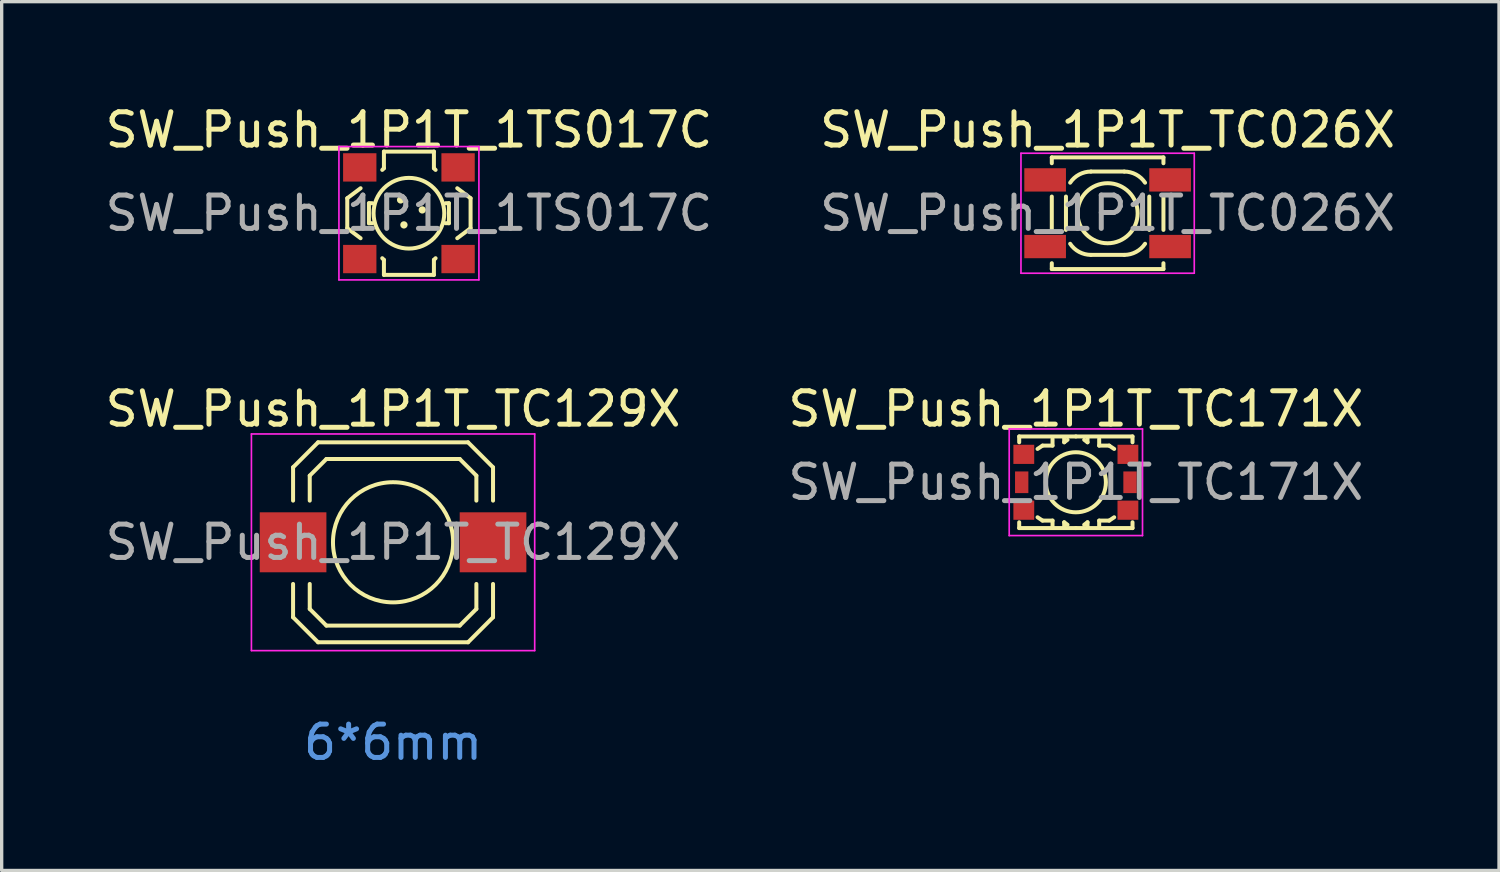
<source format=kicad_pcb>
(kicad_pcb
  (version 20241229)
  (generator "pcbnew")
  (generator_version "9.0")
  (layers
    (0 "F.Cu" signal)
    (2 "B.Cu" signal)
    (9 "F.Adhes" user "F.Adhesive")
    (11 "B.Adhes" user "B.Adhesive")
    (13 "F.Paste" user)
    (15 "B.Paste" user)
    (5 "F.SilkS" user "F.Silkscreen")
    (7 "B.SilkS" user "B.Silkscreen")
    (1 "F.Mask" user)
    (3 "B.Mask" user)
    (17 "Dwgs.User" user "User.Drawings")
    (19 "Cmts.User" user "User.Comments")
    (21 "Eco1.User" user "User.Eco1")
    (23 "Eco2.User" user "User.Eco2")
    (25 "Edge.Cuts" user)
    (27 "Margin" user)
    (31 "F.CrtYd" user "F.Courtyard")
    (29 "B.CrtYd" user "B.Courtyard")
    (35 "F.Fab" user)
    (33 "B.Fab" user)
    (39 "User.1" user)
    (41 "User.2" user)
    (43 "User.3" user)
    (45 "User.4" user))
  (footprint "SW_Push_1P1T_TC129X"
    (layer "F.Cu")
    (at 8.744 13.222)
    (property "Reference" "SW_Push_1P1T_TC129X" (at 0 -4 0) (unlocked yes) (layer "F.SilkS") (effects (font (size 1 1) (thickness 0.15))))
    (attr smd)
    (fp_line (start -3 -2.25) (end -3 -1.25) (stroke (width 0.12) (type solid)) (layer "F.SilkS"))
    (fp_line (start -3 2.25) (end -3 1.25) (stroke (width 0.12) (type solid)) (layer "F.SilkS"))
    (fp_line (start -3 2.25) (end -2.25 3) (stroke (width 0.12) (type solid)) (layer "F.SilkS"))
    (fp_line (start -2.5 -2) (end -2.5 -1.25) (stroke (width 0.12) (type solid)) (layer "F.SilkS"))
    (fp_line (start -2.5 1.25) (end -2.5 2) (stroke (width 0.12) (type solid)) (layer "F.SilkS"))
    (fp_line (start -2.5 2) (end -2 2.5) (stroke (width 0.12) (type solid)) (layer "F.SilkS"))
    (fp_line (start -2.25 -3) (end -3 -2.25) (stroke (width 0.12) (type solid)) (layer "F.SilkS"))
    (fp_line (start -2 -2.5) (end -2.5 -2) (stroke (width 0.12) (type solid)) (layer "F.SilkS"))
    (fp_line (start -2 -2.5) (end 2 -2.5) (stroke (width 0.12) (type solid)) (layer "F.SilkS"))
    (fp_line (start -2 2.5) (end 2 2.5) (stroke (width 0.12) (type solid)) (layer "F.SilkS"))
    (fp_line (start 2 -2.5) (end 2.5 -2) (stroke (width 0.12) (type solid)) (layer "F.SilkS"))
    (fp_line (start 2 2.5) (end 2.5 2) (stroke (width 0.12) (type solid)) (layer "F.SilkS"))
    (fp_line (start 2.25 -3) (end -2.25 -3) (stroke (width 0.12) (type solid)) (layer "F.SilkS"))
    (fp_line (start 2.25 -3) (end 3 -2.25) (stroke (width 0.12) (type solid)) (layer "F.SilkS"))
    (fp_line (start 2.25 3) (end -2.25 3) (stroke (width 0.12) (type solid)) (layer "F.SilkS"))
    (fp_line (start 2.5 -2) (end 2.5 -1.25) (stroke (width 0.12) (type solid)) (layer "F.SilkS"))
    (fp_line (start 2.5 2) (end 2.5 1.25) (stroke (width 0.12) (type solid)) (layer "F.SilkS"))
    (fp_line (start 3 -2.25) (end 3 -1.25) (stroke (width 0.12) (type solid)) (layer "F.SilkS"))
    (fp_line (start 3 2.25) (end 2.25 3) (stroke (width 0.12) (type solid)) (layer "F.SilkS"))
    (fp_line (start 3 2.25) (end 3 1.25) (stroke (width 0.12) (type solid)) (layer "F.SilkS"))
    (fp_circle (center 0 0) (end 1.5 1) (stroke (width 0.12) (type solid)) (fill no) (layer "F.SilkS"))
    (fp_line (start -4.25 -3.25) (end 4.25 -3.25) (stroke (width 0.05) (type solid)) (layer "F.CrtYd"))
    (fp_line (start -4.25 3.25) (end -4.25 -3.25) (stroke (width 0.05) (type solid)) (layer "F.CrtYd"))
    (fp_line (start 4.25 -3.25) (end 4.25 3.25) (stroke (width 0.05) (type solid)) (layer "F.CrtYd"))
    (fp_line (start 4.25 3.25) (end -4.25 3.25) (stroke (width 0.05) (type solid)) (layer "F.CrtYd"))
    (fp_text user "6*6mm" (at 0 6 0) (unlocked yes) (layer "Cmts.User") (effects (font (size 1 1) (thickness 0.15))))
    (fp_text user "${REFERENCE}" (at 0 0 0) (unlocked yes) (layer "F.Fab") (effects (font (size 1 1) (thickness 0.15))))
    (pad "1" smd rect (at -3 0) (size 2 1.8) (layers "F.Cu" "F.Mask" "F.Paste"))
    (pad "2" smd rect (at 3 0) (size 2 1.8) (layers "F.Cu" "F.Mask" "F.Paste")))
  (footprint "SW_Push_1P1T_1TS017C"
    (layer "F.Cu")
    (at 9.22 3.348)
    (property "Reference" "SW_Push_1P1T_1TS017C" (at 0 -2.5 0) (unlocked yes) (layer "F.SilkS") (effects (font (size 1 1) (thickness 0.15))))
    (attr smd)
    (fp_line (start -1.85 -0.45) (end -1.45 -0.75) (stroke (width 0.12) (type solid)) (layer "F.SilkS"))
    (fp_line (start -1.85 0.45) (end -1.85 -0.45) (stroke (width 0.12) (type solid)) (layer "F.SilkS"))
    (fp_line (start -1.85 0.45) (end -1.45 0.75) (stroke (width 0.12) (type solid)) (layer "F.SilkS"))
    (fp_line (start -1.2 -0.3) (end -1.2 0.3) (stroke (width 0.12) (type solid)) (layer "F.SilkS"))
    (fp_line (start -1.2 0.3) (end -1.1 0.3) (stroke (width 0.12) (type solid)) (layer "F.SilkS"))
    (fp_line (start -1.1 -0.3) (end -1.2 -0.3) (stroke (width 0.12) (type solid)) (layer "F.SilkS"))
    (fp_line (start -0.75 -1.85) (end -0.75 -1.35) (stroke (width 0.12) (type solid)) (layer "F.SilkS"))
    (fp_line (start -0.75 -1.85) (end 0.75 -1.85) (stroke (width 0.12) (type solid)) (layer "F.SilkS"))
    (fp_line (start -0.75 -1.35) (end -0.8 -1.3) (stroke (width 0.12) (type solid)) (layer "F.SilkS"))
    (fp_line (start -0.75 1.4) (end -0.8 1.35) (stroke (width 0.12) (type solid)) (layer "F.SilkS"))
    (fp_line (start -0.75 1.85) (end -0.75 1.4) (stroke (width 0.12) (type solid)) (layer "F.SilkS"))
    (fp_line (start -0.75 1.85) (end 0.75 1.85) (stroke (width 0.12) (type solid)) (layer "F.SilkS"))
    (fp_line (start 0.75 -1.85) (end 0.75 -1.35) (stroke (width 0.12) (type solid)) (layer "F.SilkS"))
    (fp_line (start 0.75 -1.35) (end 0.8 -1.3) (stroke (width 0.12) (type solid)) (layer "F.SilkS"))
    (fp_line (start 0.75 1.4) (end 0.8 1.35) (stroke (width 0.12) (type solid)) (layer "F.SilkS"))
    (fp_line (start 0.75 1.85) (end 0.75 1.4) (stroke (width 0.12) (type solid)) (layer "F.SilkS"))
    (fp_line (start 1.1 0.3) (end 1.2 0.3) (stroke (width 0.12) (type solid)) (layer "F.SilkS"))
    (fp_line (start 1.2 -0.3) (end 1.1 -0.3) (stroke (width 0.12) (type solid)) (layer "F.SilkS"))
    (fp_line (start 1.2 0.3) (end 1.2 -0.3) (stroke (width 0.12) (type solid)) (layer "F.SilkS"))
    (fp_line (start 1.45 -0.75) (end 1.85 -0.45) (stroke (width 0.12) (type solid)) (layer "F.SilkS"))
    (fp_line (start 1.85 0.45) (end 1.45 0.75) (stroke (width 0.12) (type solid)) (layer "F.SilkS"))
    (fp_line (start 1.85 0.45) (end 1.85 -0.45) (stroke (width 0.12) (type solid)) (layer "F.SilkS"))
    (fp_circle (center -0.25 -0.4) (end -0.2 -0.4) (stroke (width 0.12) (type solid)) (fill yes) (layer "F.SilkS"))
    (fp_circle (center -0.15 0.35) (end -0.1 0.35) (stroke (width 0.12) (type solid)) (fill yes) (layer "F.SilkS"))
    (fp_circle (center 0 0) (end 0.75 0.75) (stroke (width 0.12) (type solid)) (fill no) (layer "F.SilkS"))
    (fp_circle (center 0.4 -0.1) (end 0.45 -0.1) (stroke (width 0.12) (type solid)) (fill yes) (layer "F.SilkS"))
    (fp_line (start -2.1 -2) (end 2.1 -2) (stroke (width 0.05) (type solid)) (layer "F.CrtYd"))
    (fp_line (start -2.1 2) (end -2.1 -2) (stroke (width 0.05) (type solid)) (layer "F.CrtYd"))
    (fp_line (start 2.1 -2) (end 2.1 2) (stroke (width 0.05) (type solid)) (layer "F.CrtYd"))
    (fp_line (start 2.1 2) (end -2.1 2) (stroke (width 0.05) (type solid)) (layer "F.CrtYd"))
    (fp_text user "${REFERENCE}" (at 0 0 0) (unlocked yes) (layer "F.Fab") (effects (font (size 1 1) (thickness 0.15))))
    (pad "1" smd rect (at -1.475 -1.375) (size 1 0.85) (layers "F.Cu" "F.Mask" "F.Paste"))
    (pad "1" smd rect (at 1.475 -1.375) (size 1 0.85) (layers "F.Cu" "F.Mask" "F.Paste"))
    (pad "2" smd rect (at -1.475 1.375) (size 1 0.85) (layers "F.Cu" "F.Mask" "F.Paste"))
    (pad "2" smd rect (at 1.475 1.375) (size 1 0.85) (layers "F.Cu" "F.Mask" "F.Paste")))
  (footprint "SW_Push_1P1T_TC026X"
    (layer "F.Cu")
    (at 30.185 3.348)
    (property "Reference" "SW_Push_1P1T_TC026X" (at 0 -2.5 0) (unlocked yes) (layer "F.SilkS") (effects (font (size 1 1) (thickness 0.15))))
    (attr smd)
    (fp_line (start -1.675 -1.675) (end -1.675 -1.5) (stroke (width 0.12) (type solid)) (layer "F.SilkS"))
    (fp_line (start -1.675 -1.675) (end 1.675 -1.675) (stroke (width 0.12) (type solid)) (layer "F.SilkS"))
    (fp_line (start -1.675 -0.5) (end -1.675 0.5) (stroke (width 0.12) (type solid)) (layer "F.SilkS"))
    (fp_line (start -1.675 1.675) (end -1.675 1.5) (stroke (width 0.12) (type solid)) (layer "F.SilkS"))
    (fp_line (start -1.675 1.675) (end 1.675 1.675) (stroke (width 0.12) (type solid)) (layer "F.SilkS"))
    (fp_line (start -1.25 -0.5) (end -1.25 0.5) (stroke (width 0.12) (type solid)) (layer "F.SilkS"))
    (fp_line (start -0.5 1.25) (end 0.5 1.25) (stroke (width 0.12) (type solid)) (layer "F.SilkS"))
    (fp_line (start -0.5 -1.25) (end 0.5 -1.25) (stroke (width 0.12) (type solid)) (layer "F.SilkS"))
    (fp_line (start 1.25 -0.5) (end 1.25 0.5) (stroke (width 0.12) (type solid)) (layer "F.SilkS"))
    (fp_line (start 1.675 -1.675) (end 1.675 -1.5) (stroke (width 0.12) (type solid)) (layer "F.SilkS"))
    (fp_line (start 1.675 -0.5) (end 1.675 0.5) (stroke (width 0.12) (type solid)) (layer "F.SilkS"))
    (fp_line (start 1.675 1.675) (end 1.675 1.5) (stroke (width 0.12) (type solid)) (layer "F.SilkS"))
    (fp_arc (start -1.124037 -0.916023) (mid -0.853893 -1.161254) (end -0.499999 -1.249998) (stroke (width 0.12) (type solid)) (layer "F.SilkS"))
    (fp_arc (start -0.5 1.25) (mid -0.853894 1.161256) (end -1.124038 0.916025) (stroke (width 0.12) (type solid)) (layer "F.SilkS"))
    (fp_arc (start 0.5 -1.25) (mid 0.853894 -1.161256) (end 1.124038 -0.916025) (stroke (width 0.12) (type solid)) (layer "F.SilkS"))
    (fp_arc (start 1.124038 0.916025) (mid 0.853894 1.161256) (end 0.5 1.25) (stroke (width 0.12) (type solid)) (layer "F.SilkS"))
    (fp_circle (center 0 0) (end 0.5 0.75) (stroke (width 0.12) (type solid)) (fill no) (layer "F.SilkS"))
    (fp_line (start -2.6 -1.8) (end 2.6 -1.8) (stroke (width 0.05) (type solid)) (layer "F.CrtYd"))
    (fp_line (start -2.6 1.8) (end -2.6 -1.8) (stroke (width 0.05) (type solid)) (layer "F.CrtYd"))
    (fp_line (start 2.6 -1.8) (end 2.6 1.8) (stroke (width 0.05) (type solid)) (layer "F.CrtYd"))
    (fp_line (start 2.6 1.8) (end -2.6 1.8) (stroke (width 0.05) (type solid)) (layer "F.CrtYd"))
    (fp_text user "${REFERENCE}" (at 0 0 0) (unlocked yes) (layer "F.Fab") (effects (font (size 1 1) (thickness 0.15))))
    (pad "1" smd rect (at -1.875 -1) (size 1.25 0.7) (layers "F.Cu" "F.Mask" "F.Paste"))
    (pad "1" smd rect (at 1.875 -1) (size 1.25 0.7) (layers "F.Cu" "F.Mask" "F.Paste"))
    (pad "2" smd rect (at -1.875 1) (size 1.25 0.7) (layers "F.Cu" "F.Mask" "F.Paste"))
    (pad "2" smd rect (at 1.875 1) (size 1.25 0.7) (layers "F.Cu" "F.Mask" "F.Paste"))
    (zone (net_name "") (layer "F.Cu") (hatch edge 0.508) (connect_pads) (min_thickness 0.254) (filled_areas_thickness no) (keepout (tracks not_allowed) (vias not_allowed) (pads not_allowed) (copperpour allowed) (footprints allowed)) (placement (enabled no)) (fill) (polygon (pts (xy 29.185 3.848) (xy 28.51 3.848) (xy 28.51 2.848) (xy 29.185 2.848))))
    (zone (net_name "") (layer "F.Cu") (hatch edge 0.508) (connect_pads) (min_thickness 0.254) (filled_areas_thickness no) (keepout (tracks not_allowed) (vias not_allowed) (pads not_allowed) (copperpour allowed) (footprints allowed)) (placement (enabled no)) (fill) (polygon (pts (xy 31.86 3.848) (xy 31.185 3.848) (xy 31.185 2.848) (xy 31.86 2.848)))))
  (footprint "SW_Push_1P1T_TC171X"
    (layer "F.Cu")
    (at 29.232 11.421)
    (property "Reference" "SW_Push_1P1T_TC171X" (at 0 -2.2 0) (unlocked yes) (layer "F.SilkS") (effects (font (size 1 1) (thickness 0.15))))
    (attr smd)
    (fp_line (start -1.7 -1.375) (end -1.7 -1.2) (stroke (width 0.12) (type solid)) (layer "F.SilkS"))
    (fp_line (start -1.7 1.375) (end -1.7 1.2) (stroke (width 0.12) (type solid)) (layer "F.SilkS"))
    (fp_line (start -1.15 -1) (end -1 -1.1) (stroke (width 0.12) (type solid)) (layer "F.SilkS"))
    (fp_line (start -1.15 1.05) (end -1 1.15) (stroke (width 0.12) (type solid)) (layer "F.SilkS"))
    (fp_line (start -1 -1.1) (end -0.7 -1.1) (stroke (width 0.12) (type solid)) (layer "F.SilkS"))
    (fp_line (start -1 1.15) (end -0.7 1.15) (stroke (width 0.12) (type solid)) (layer "F.SilkS"))
    (fp_line (start -0.7 -1.1) (end -0.7 -1.3) (stroke (width 0.12) (type solid)) (layer "F.SilkS"))
    (fp_line (start -0.7 1.15) (end -0.7 1.35) (stroke (width 0.12) (type solid)) (layer "F.SilkS"))
    (fp_line (start -0.35 -1.35) (end -0.35 -1.2) (stroke (width 0.12) (type solid)) (layer "F.SilkS"))
    (fp_line (start -0.35 -1.2) (end -0.25 -1.275) (stroke (width 0.12) (type solid)) (layer "F.SilkS"))
    (fp_line (start -0.35 1.2) (end -0.25 1.275) (stroke (width 0.12) (type solid)) (layer "F.SilkS"))
    (fp_line (start -0.35 1.35) (end -0.35 1.2) (stroke (width 0.12) (type solid)) (layer "F.SilkS"))
    (fp_line (start 0 -1.375) (end -1.7 -1.375) (stroke (width 0.12) (type solid)) (layer "F.SilkS"))
    (fp_line (start 0 1.375) (end -1.7 1.375) (stroke (width 0.12) (type solid)) (layer "F.SilkS"))
    (fp_line (start 0.35 -1.35) (end 0.35 -1.2) (stroke (width 0.12) (type solid)) (layer "F.SilkS"))
    (fp_line (start 0.35 -1.2) (end 0.25 -1.275) (stroke (width 0.12) (type solid)) (layer "F.SilkS"))
    (fp_line (start 0.35 1.2) (end 0.25 1.275) (stroke (width 0.12) (type solid)) (layer "F.SilkS"))
    (fp_line (start 0.35 1.35) (end 0.35 1.2) (stroke (width 0.12) (type solid)) (layer "F.SilkS"))
    (fp_line (start 0.7 -1.1) (end 0.7 -1.3) (stroke (width 0.12) (type solid)) (layer "F.SilkS"))
    (fp_line (start 0.7 1.15) (end 0.7 1.35) (stroke (width 0.12) (type solid)) (layer "F.SilkS"))
    (fp_line (start 1 -1.1) (end 0.7 -1.1) (stroke (width 0.12) (type solid)) (layer "F.SilkS"))
    (fp_line (start 1 1.15) (end 0.7 1.15) (stroke (width 0.12) (type solid)) (layer "F.SilkS"))
    (fp_line (start 1.15 -1) (end 1 -1.1) (stroke (width 0.12) (type solid)) (layer "F.SilkS"))
    (fp_line (start 1.15 1.05) (end 1 1.15) (stroke (width 0.12) (type solid)) (layer "F.SilkS"))
    (fp_line (start 1.7 -1.375) (end 0 -1.375) (stroke (width 0.12) (type solid)) (layer "F.SilkS"))
    (fp_line (start 1.7 -1.375) (end 1.7 -1.2) (stroke (width 0.12) (type solid)) (layer "F.SilkS"))
    (fp_line (start 1.7 1.375) (end 0 1.375) (stroke (width 0.12) (type solid)) (layer "F.SilkS"))
    (fp_line (start 1.7 1.375) (end 1.7 1.2) (stroke (width 0.12) (type solid)) (layer "F.SilkS"))
    (fp_circle (center 0 0) (end 0.75 0.5) (stroke (width 0.12) (type solid)) (fill no) (layer "F.SilkS"))
    (fp_line (start -2 -1.6) (end 2 -1.6) (stroke (width 0.05) (type solid)) (layer "F.CrtYd"))
    (fp_line (start -2 1.6) (end -2 -1.6) (stroke (width 0.05) (type solid)) (layer "F.CrtYd"))
    (fp_line (start 2 -1.6) (end 2 1.6) (stroke (width 0.05) (type solid)) (layer "F.CrtYd"))
    (fp_line (start 2 1.6) (end -2 1.6) (stroke (width 0.05) (type solid)) (layer "F.CrtYd"))
    (fp_text user "${REFERENCE}" (at 0 0 0) (unlocked yes) (layer "F.Fab") (effects (font (size 1 1) (thickness 0.15))))
    (pad "0" smd rect (at -1.625 0) (size 0.4 0.65) (layers "F.Cu" "F.Mask" "F.Paste"))
    (pad "0" smd rect (at 1.625 0) (size 0.4 0.65) (layers "F.Cu" "F.Mask" "F.Paste"))
    (pad "1" smd rect (at -1.562 -0.838) (size 0.625 0.575) (layers "F.Cu" "F.Mask" "F.Paste"))
    (pad "1" smd rect (at 1.562 -0.838) (size 0.625 0.575) (layers "F.Cu" "F.Mask" "F.Paste"))
    (pad "2" smd rect (at -1.562 0.838) (size 0.625 0.575) (layers "F.Cu" "F.Mask" "F.Paste"))
    (pad "2" smd rect (at 1.562 0.838) (size 0.625 0.575) (layers "F.Cu" "F.Mask" "F.Paste")))
  (gr_rect
    (start -3 -3)
    (end 41.929 23.07)
    (stroke (width 0.1) (type default))
    (fill no)
    (layer "Edge.Cuts")))
</source>
